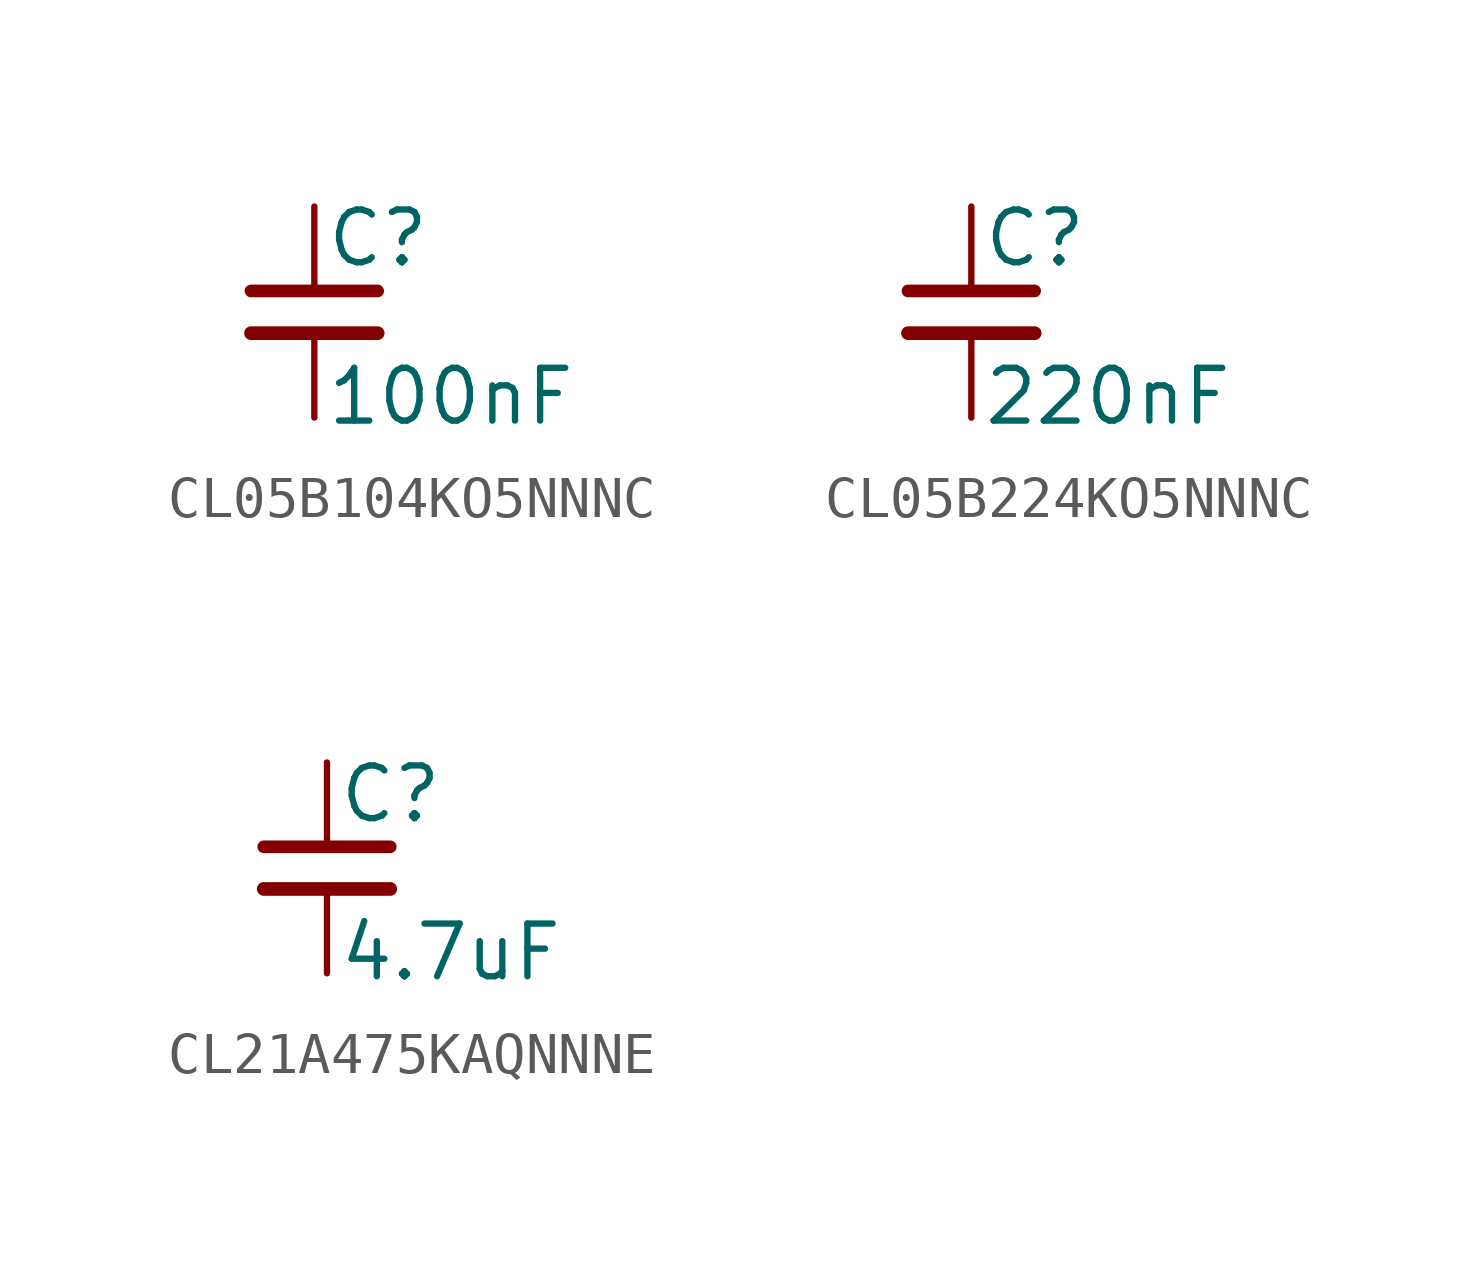
<source format=kicad_sym>
(kicad_symbol_lib
  (version 20241209)
  (generator "kicad_symbol_editor")
  (generator_version "9.0")
  (symbol "CL05B104KO5NNNC"
    (pin_numbers
      (hide yes))
    (pin_names
      (offset 0.254)
      (hide yes))
    (property "Reference" "C"
      (at 0.254 1.778 0)
      (effects (font (size 1.27 1.27)) (justify left)))
    (property "Value" "100nF"
      (at 0.254 -2.032 0)
      (effects (font (size 1.27 1.27)) (justify left)))
    (symbol "CL05B104KO5NNNC_0_1"
      (polyline (pts (xy -1.524 0.508) (xy 1.524 0.508)) (stroke (width 0.305) (type default)) (fill (type none)))
      (polyline (pts (xy -1.524 -0.508) (xy 1.524 -0.508)) (stroke (width 0.33) (type default)) (fill (type none))))
    (symbol "CL05B104KO5NNNC_1_1"
      (pin passive line (at 0 2.54 270) (length 2.032) (name "~" (effects (font (size 1.27 1.27)))) (number "1" (effects (font (size 1.27 1.27)))))
      (pin passive line (at 0 -2.54 90) (length 2.032) (name "~" (effects (font (size 1.27 1.27)))) (number "2" (effects (font (size 1.27 1.27)))))))
  (symbol "CL05B224KO5NNNC"
    (pin_numbers
      (hide yes))
    (pin_names
      (offset 0.254)
      (hide yes))
    (property "Reference" "C"
      (at 0.254 1.778 0)
      (effects (font (size 1.27 1.27)) (justify left)))
    (property "Value" "220nF"
      (at 0.254 -2.032 0)
      (effects (font (size 1.27 1.27)) (justify left)))
    (symbol "CL05B224KO5NNNC_0_1"
      (polyline (pts (xy -1.524 0.508) (xy 1.524 0.508)) (stroke (width 0.305) (type default)) (fill (type none)))
      (polyline (pts (xy -1.524 -0.508) (xy 1.524 -0.508)) (stroke (width 0.33) (type default)) (fill (type none))))
    (symbol "CL05B224KO5NNNC_1_1"
      (pin passive line (at 0 2.54 270) (length 2.032) (name "~" (effects (font (size 1.27 1.27)))) (number "1" (effects (font (size 1.27 1.27)))))
      (pin passive line (at 0 -2.54 90) (length 2.032) (name "~" (effects (font (size 1.27 1.27)))) (number "2" (effects (font (size 1.27 1.27)))))))
  (symbol "CL21A475KAQNNNE"
    (pin_numbers
      (hide yes))
    (pin_names
      (offset 0.254)
      (hide yes))
    (property "Reference" "C"
      (at 0.254 1.778 0)
      (effects (font (size 1.27 1.27)) (justify left)))
    (property "Value" "4.7uF"
      (at 0.254 -2.032 0)
      (effects (font (size 1.27 1.27)) (justify left)))
    (symbol "CL21A475KAQNNNE_0_1"
      (polyline (pts (xy -1.524 0.508) (xy 1.524 0.508)) (stroke (width 0.305) (type default)) (fill (type none)))
      (polyline (pts (xy -1.524 -0.508) (xy 1.524 -0.508)) (stroke (width 0.33) (type default)) (fill (type none))))
    (symbol "CL21A475KAQNNNE_1_1"
      (pin passive line (at 0 2.54 270) (length 2.032) (name "~" (effects (font (size 1.27 1.27)))) (number "1" (effects (font (size 1.27 1.27)))))
      (pin passive line (at 0 -2.54 90) (length 2.032) (name "~" (effects (font (size 1.27 1.27)))) (number "2" (effects (font (size 1.27 1.27))))))))
</source>
